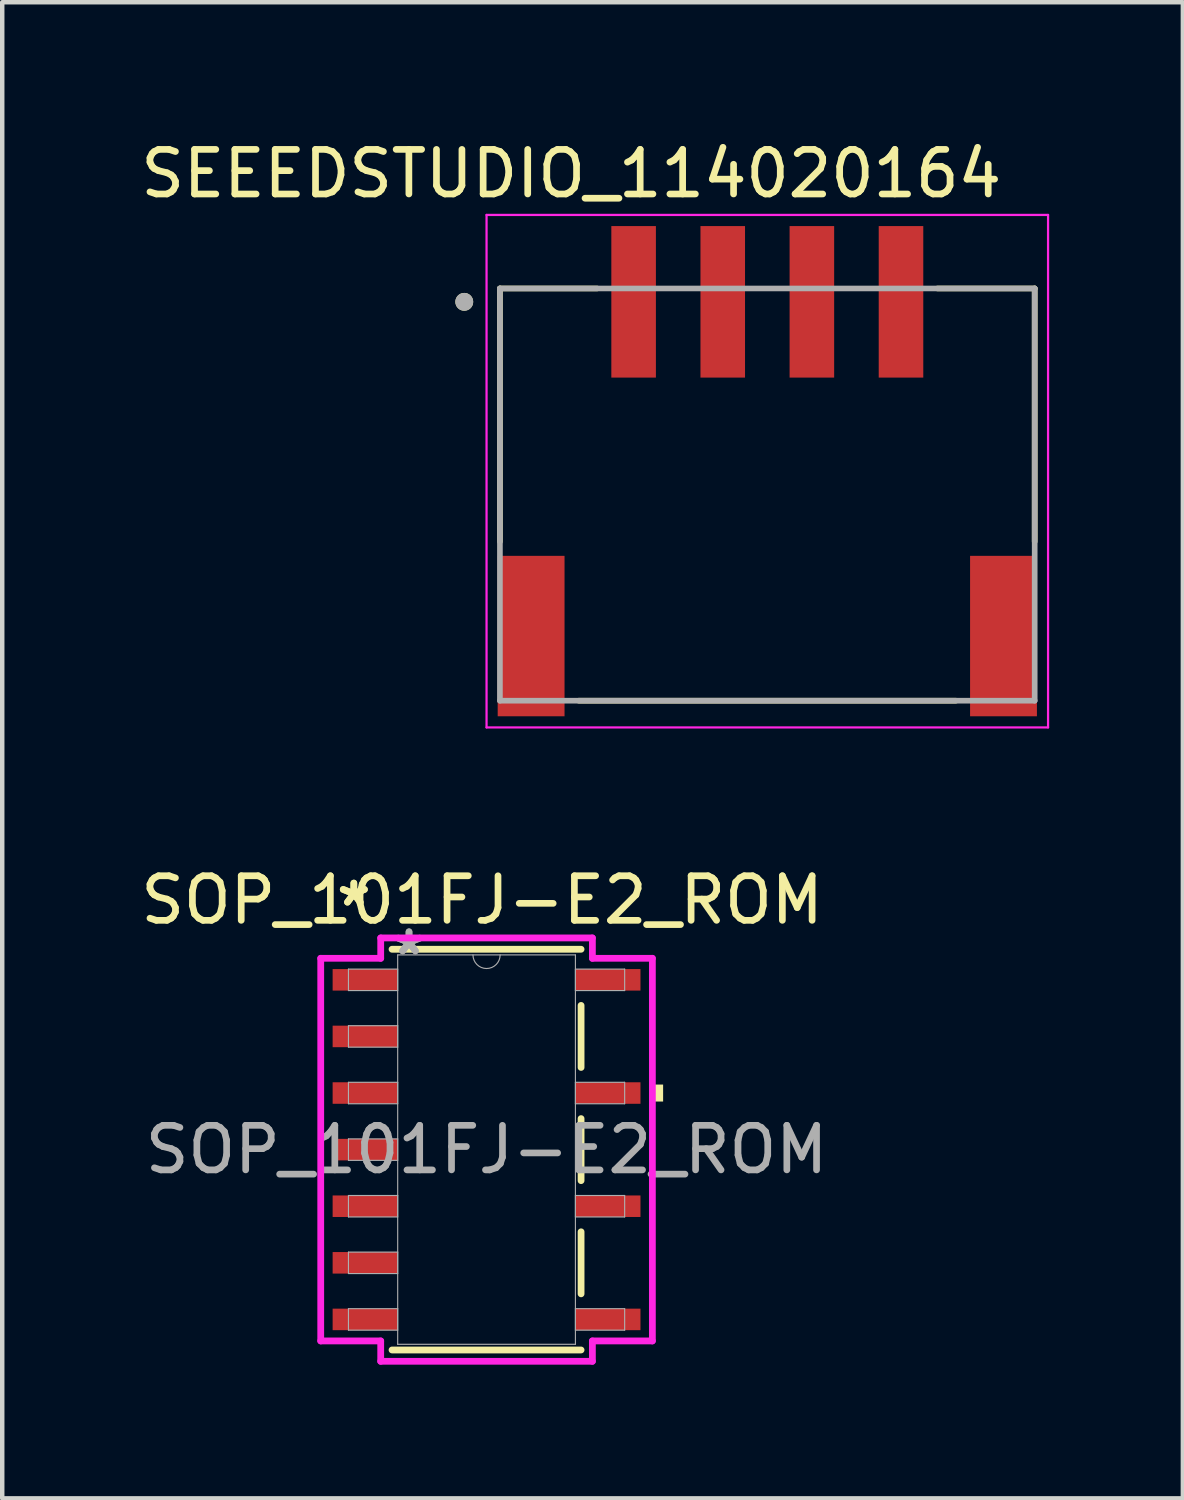
<source format=kicad_pcb>
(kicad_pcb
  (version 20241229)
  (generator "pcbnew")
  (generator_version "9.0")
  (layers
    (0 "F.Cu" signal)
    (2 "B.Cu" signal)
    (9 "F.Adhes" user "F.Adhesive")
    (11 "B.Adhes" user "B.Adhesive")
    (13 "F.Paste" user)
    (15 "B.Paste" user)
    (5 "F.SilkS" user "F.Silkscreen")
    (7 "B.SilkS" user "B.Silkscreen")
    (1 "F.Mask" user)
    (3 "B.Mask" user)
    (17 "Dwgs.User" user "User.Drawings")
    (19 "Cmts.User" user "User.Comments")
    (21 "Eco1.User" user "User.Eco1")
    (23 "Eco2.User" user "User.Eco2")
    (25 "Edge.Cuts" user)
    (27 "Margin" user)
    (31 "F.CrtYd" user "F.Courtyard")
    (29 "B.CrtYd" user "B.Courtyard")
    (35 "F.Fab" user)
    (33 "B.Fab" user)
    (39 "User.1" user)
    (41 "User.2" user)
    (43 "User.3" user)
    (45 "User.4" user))
  (footprint "SEEEDSTUDIO_114020164"
    (layer "F.Cu")
    (at 14.168 8.048)
    (property "Reference" "SEEEDSTUDIO_114020164" (at -4.4 -7.2 0) (layer "F.SilkS") (effects (font (size 1 1) (thickness 0.15))))
    (attr smd)
    (fp_line (start -6 -4.625) (end -3.82 -4.625) (stroke (width 0.127) (type solid)) (layer "F.SilkS"))
    (fp_line (start -6 1.055) (end -6 -4.625) (stroke (width 0.127) (type solid)) (layer "F.SilkS"))
    (fp_line (start -4.23 4.625) (end 4.23 4.625) (stroke (width 0.127) (type solid)) (layer "F.SilkS"))
    (fp_line (start 3.82 -4.625) (end 6 -4.625) (stroke (width 0.127) (type solid)) (layer "F.SilkS"))
    (fp_line (start 6 -4.625) (end 6 1.055) (stroke (width 0.127) (type solid)) (layer "F.SilkS"))
    (fp_circle (center -6.8 -4.325) (end -6.7 -4.325) (stroke (width 0.2) (type solid)) (fill no) (layer "F.SilkS"))
    (fp_line (start -6.3 -6.275) (end -6.3 5.225) (stroke (width 0.05) (type solid)) (layer "F.CrtYd"))
    (fp_line (start -6.3 5.225) (end 6.3 5.225) (stroke (width 0.05) (type solid)) (layer "F.CrtYd"))
    (fp_line (start 6.3 -6.275) (end -6.3 -6.275) (stroke (width 0.05) (type solid)) (layer "F.CrtYd"))
    (fp_line (start 6.3 5.225) (end 6.3 -6.275) (stroke (width 0.05) (type solid)) (layer "F.CrtYd"))
    (fp_line (start -6 -4.625) (end 6 -4.625) (stroke (width 0.127) (type solid)) (layer "F.Fab"))
    (fp_line (start -6 4.625) (end -6 -4.625) (stroke (width 0.127) (type solid)) (layer "F.Fab"))
    (fp_line (start 6 -4.625) (end 6 4.625) (stroke (width 0.127) (type solid)) (layer "F.Fab"))
    (fp_line (start 6 4.625) (end -6 4.625) (stroke (width 0.127) (type solid)) (layer "F.Fab"))
    (fp_circle (center -6.8 -4.325) (end -6.7 -4.325) (stroke (width 0.2) (type solid)) (fill no) (layer "F.Fab"))
    (pad "1" smd rect (at -3 -4.325) (size 1 3.4) (layers "F.Cu" "F.Mask" "F.Paste"))
    (pad "2" smd rect (at -1 -4.325) (size 1 3.4) (layers "F.Cu" "F.Mask" "F.Paste"))
    (pad "3" smd rect (at 1 -4.325) (size 1 3.4) (layers "F.Cu" "F.Mask" "F.Paste"))
    (pad "4" smd rect (at 3 -4.325) (size 1 3.4) (layers "F.Cu" "F.Mask" "F.Paste"))
    (pad "SH1" smd rect (at -5.3 3.175) (size 1.5 3.6) (layers "F.Cu" "F.Mask" "F.Paste"))
    (pad "SH2" smd rect (at 5.3 3.175) (size 1.5 3.6) (layers "F.Cu" "F.Mask" "F.Paste")))
  (footprint "SOP_101FJ-E2_ROM"
    (layer "F.Cu")
    (at 7.868 22.747)
    (property "Reference" "SOP_101FJ-E2_ROM" (at -0.1 -5.6 0) (unlocked yes) (layer "F.SilkS") (effects (font (size 1 1) (thickness 0.15))))
    (attr smd)
    (fp_line (start -2.121 4.496) (end 2.121 4.496) (stroke (width 0.152) (type solid)) (layer "F.SilkS"))
    (fp_line (start 2.121 -4.496) (end -2.121 -4.496) (stroke (width 0.152) (type solid)) (layer "F.SilkS"))
    (fp_line (start 2.121 -1.844) (end 2.121 -3.236) (stroke (width 0.152) (type solid)) (layer "F.SilkS"))
    (fp_line (start 2.121 0.696) (end 2.121 -0.696) (stroke (width 0.152) (type solid)) (layer "F.SilkS"))
    (fp_line (start 2.121 3.236) (end 2.121 1.844) (stroke (width 0.152) (type solid)) (layer "F.SilkS"))
    (fp_poly (pts (xy 3.962 -1.46) (xy 3.962 -1.079) (xy 3.708 -1.079) (xy 3.708 -1.46)) (stroke (width 0) (type solid)) (fill yes) (layer "F.SilkS"))
    (fp_line (start -3.721 -4.293) (end -2.375 -4.293) (stroke (width 0.152) (type solid)) (layer "F.CrtYd"))
    (fp_line (start -3.721 4.293) (end -3.721 -4.293) (stroke (width 0.152) (type solid)) (layer "F.CrtYd"))
    (fp_line (start -2.375 -4.75) (end 2.375 -4.75) (stroke (width 0.152) (type solid)) (layer "F.CrtYd"))
    (fp_line (start -2.375 -4.293) (end -2.375 -4.75) (stroke (width 0.152) (type solid)) (layer "F.CrtYd"))
    (fp_line (start -2.375 4.293) (end -3.721 4.293) (stroke (width 0.152) (type solid)) (layer "F.CrtYd"))
    (fp_line (start -2.375 4.75) (end -2.375 4.293) (stroke (width 0.152) (type solid)) (layer "F.CrtYd"))
    (fp_line (start 2.375 -4.75) (end 2.375 -4.293) (stroke (width 0.152) (type solid)) (layer "F.CrtYd"))
    (fp_line (start 2.375 -4.293) (end 3.721 -4.293) (stroke (width 0.152) (type solid)) (layer "F.CrtYd"))
    (fp_line (start 2.375 4.293) (end 2.375 4.75) (stroke (width 0.152) (type solid)) (layer "F.CrtYd"))
    (fp_line (start 2.375 4.75) (end -2.375 4.75) (stroke (width 0.152) (type solid)) (layer "F.CrtYd"))
    (fp_line (start 3.721 -4.293) (end 3.721 4.293) (stroke (width 0.152) (type solid)) (layer "F.CrtYd"))
    (fp_line (start 3.721 4.293) (end 2.375 4.293) (stroke (width 0.152) (type solid)) (layer "F.CrtYd"))
    (fp_line (start -3.099 -4.051) (end -3.099 -3.569) (stroke (width 0.025) (type solid)) (layer "F.Fab"))
    (fp_line (start -3.099 -3.569) (end -1.994 -3.569) (stroke (width 0.025) (type solid)) (layer "F.Fab"))
    (fp_line (start -3.099 -2.781) (end -3.099 -2.299) (stroke (width 0.025) (type solid)) (layer "F.Fab"))
    (fp_line (start -3.099 -2.299) (end -1.994 -2.299) (stroke (width 0.025) (type solid)) (layer "F.Fab"))
    (fp_line (start -3.099 -1.511) (end -3.099 -1.029) (stroke (width 0.025) (type solid)) (layer "F.Fab"))
    (fp_line (start -3.099 -1.029) (end -1.994 -1.029) (stroke (width 0.025) (type solid)) (layer "F.Fab"))
    (fp_line (start -3.099 -0.241) (end -3.099 0.241) (stroke (width 0.025) (type solid)) (layer "F.Fab"))
    (fp_line (start -3.099 0.241) (end -1.994 0.241) (stroke (width 0.025) (type solid)) (layer "F.Fab"))
    (fp_line (start -3.099 1.029) (end -3.099 1.511) (stroke (width 0.025) (type solid)) (layer "F.Fab"))
    (fp_line (start -3.099 1.511) (end -1.994 1.511) (stroke (width 0.025) (type solid)) (layer "F.Fab"))
    (fp_line (start -3.099 2.299) (end -3.099 2.781) (stroke (width 0.025) (type solid)) (layer "F.Fab"))
    (fp_line (start -3.099 2.781) (end -1.994 2.781) (stroke (width 0.025) (type solid)) (layer "F.Fab"))
    (fp_line (start -3.099 3.569) (end -3.099 4.051) (stroke (width 0.025) (type solid)) (layer "F.Fab"))
    (fp_line (start -3.099 4.051) (end -1.994 4.051) (stroke (width 0.025) (type solid)) (layer "F.Fab"))
    (fp_line (start -1.994 -4.369) (end -1.994 4.369) (stroke (width 0.025) (type solid)) (layer "F.Fab"))
    (fp_line (start -1.994 -4.051) (end -3.099 -4.051) (stroke (width 0.025) (type solid)) (layer "F.Fab"))
    (fp_line (start -1.994 -3.569) (end -1.994 -4.051) (stroke (width 0.025) (type solid)) (layer "F.Fab"))
    (fp_line (start -1.994 -2.781) (end -3.099 -2.781) (stroke (width 0.025) (type solid)) (layer "F.Fab"))
    (fp_line (start -1.994 -2.299) (end -1.994 -2.781) (stroke (width 0.025) (type solid)) (layer "F.Fab"))
    (fp_line (start -1.994 -1.511) (end -3.099 -1.511) (stroke (width 0.025) (type solid)) (layer "F.Fab"))
    (fp_line (start -1.994 -1.029) (end -1.994 -1.511) (stroke (width 0.025) (type solid)) (layer "F.Fab"))
    (fp_line (start -1.994 -0.241) (end -3.099 -0.241) (stroke (width 0.025) (type solid)) (layer "F.Fab"))
    (fp_line (start -1.994 0.241) (end -1.994 -0.241) (stroke (width 0.025) (type solid)) (layer "F.Fab"))
    (fp_line (start -1.994 1.029) (end -3.099 1.029) (stroke (width 0.025) (type solid)) (layer "F.Fab"))
    (fp_line (start -1.994 1.511) (end -1.994 1.029) (stroke (width 0.025) (type solid)) (layer "F.Fab"))
    (fp_line (start -1.994 2.299) (end -3.099 2.299) (stroke (width 0.025) (type solid)) (layer "F.Fab"))
    (fp_line (start -1.994 2.781) (end -1.994 2.299) (stroke (width 0.025) (type solid)) (layer "F.Fab"))
    (fp_line (start -1.994 3.569) (end -3.099 3.569) (stroke (width 0.025) (type solid)) (layer "F.Fab"))
    (fp_line (start -1.994 4.051) (end -1.994 3.569) (stroke (width 0.025) (type solid)) (layer "F.Fab"))
    (fp_line (start -1.994 4.369) (end 1.994 4.369) (stroke (width 0.025) (type solid)) (layer "F.Fab"))
    (fp_line (start 1.994 -4.369) (end -1.994 -4.369) (stroke (width 0.025) (type solid)) (layer "F.Fab"))
    (fp_line (start 1.994 -4.051) (end 1.994 -3.569) (stroke (width 0.025) (type solid)) (layer "F.Fab"))
    (fp_line (start 1.994 -3.569) (end 3.099 -3.569) (stroke (width 0.025) (type solid)) (layer "F.Fab"))
    (fp_line (start 1.994 -1.511) (end 1.994 -1.029) (stroke (width 0.025) (type solid)) (layer "F.Fab"))
    (fp_line (start 1.994 -1.029) (end 3.099 -1.029) (stroke (width 0.025) (type solid)) (layer "F.Fab"))
    (fp_line (start 1.994 1.029) (end 1.994 1.511) (stroke (width 0.025) (type solid)) (layer "F.Fab"))
    (fp_line (start 1.994 1.511) (end 3.099 1.511) (stroke (width 0.025) (type solid)) (layer "F.Fab"))
    (fp_line (start 1.994 3.569) (end 1.994 4.051) (stroke (width 0.025) (type solid)) (layer "F.Fab"))
    (fp_line (start 1.994 4.051) (end 3.099 4.051) (stroke (width 0.025) (type solid)) (layer "F.Fab"))
    (fp_line (start 1.994 4.369) (end 1.994 -4.369) (stroke (width 0.025) (type solid)) (layer "F.Fab"))
    (fp_line (start 3.099 -4.051) (end 1.994 -4.051) (stroke (width 0.025) (type solid)) (layer "F.Fab"))
    (fp_line (start 3.099 -3.569) (end 3.099 -4.051) (stroke (width 0.025) (type solid)) (layer "F.Fab"))
    (fp_line (start 3.099 -1.511) (end 1.994 -1.511) (stroke (width 0.025) (type solid)) (layer "F.Fab"))
    (fp_line (start 3.099 -1.029) (end 3.099 -1.511) (stroke (width 0.025) (type solid)) (layer "F.Fab"))
    (fp_line (start 3.099 1.029) (end 1.994 1.029) (stroke (width 0.025) (type solid)) (layer "F.Fab"))
    (fp_line (start 3.099 1.511) (end 3.099 1.029) (stroke (width 0.025) (type solid)) (layer "F.Fab"))
    (fp_line (start 3.099 3.569) (end 1.994 3.569) (stroke (width 0.025) (type solid)) (layer "F.Fab"))
    (fp_line (start 3.099 4.051) (end 3.099 3.569) (stroke (width 0.025) (type solid)) (layer "F.Fab"))
    (fp_arc (start 0.3048 -4.3688) (mid 0 -4.064) (end -0.3048 -4.3688) (stroke (width 0.0254) (type solid)) (layer "F.Fab"))
    (fp_text user "*" (at -2.978 -5.436 0) (layer "F.SilkS") (effects (font (size 1 1) (thickness 0.15))))
    (fp_text user "*" (at -2.978 -5.436 0) (unlocked yes) (layer "F.SilkS") (effects (font (size 1 1) (thickness 0.15))))
    (fp_text user "*" (at -1.74 -4.343 0) (unlocked yes) (layer "F.Fab") (effects (font (size 1 1) (thickness 0.15))))
    (fp_text user "${REFERENCE}" (at 0 0 0) (unlocked yes) (layer "F.Fab") (effects (font (size 1 1) (thickness 0.15))))
    (fp_text user "*" (at -1.74 -4.343 0) (layer "F.Fab") (effects (font (size 1 1) (thickness 0.15))))
    (pad "1" smd rect (at -2.724 -3.81) (size 1.46 0.483) (layers "F.Cu" "F.Mask" "F.Paste"))
    (pad "2" smd rect (at -2.724 -2.54) (size 1.46 0.483) (layers "F.Cu" "F.Mask" "F.Paste"))
    (pad "3" smd rect (at -2.724 -1.27) (size 1.46 0.483) (layers "F.Cu" "F.Mask" "F.Paste"))
    (pad "4" smd rect (at -2.724 0) (size 1.46 0.483) (layers "F.Cu" "F.Mask" "F.Paste"))
    (pad "5" smd rect (at -2.724 1.27) (size 1.46 0.483) (layers "F.Cu" "F.Mask" "F.Paste"))
    (pad "6" smd rect (at -2.724 2.54) (size 1.46 0.483) (layers "F.Cu" "F.Mask" "F.Paste"))
    (pad "7" smd rect (at -2.724 3.81) (size 1.46 0.483) (layers "F.Cu" "F.Mask" "F.Paste"))
    (pad "8" smd rect (at 2.724 3.81) (size 1.46 0.483) (layers "F.Cu" "F.Mask" "F.Paste"))
    (pad "9" smd rect (at 2.724 1.27) (size 1.46 0.483) (layers "F.Cu" "F.Mask" "F.Paste"))
    (pad "10" smd rect (at 2.724 -1.27) (size 1.46 0.483) (layers "F.Cu" "F.Mask" "F.Paste"))
    (pad "11" smd rect (at 2.724 -3.81) (size 1.46 0.483) (layers "F.Cu" "F.Mask" "F.Paste")))
  (gr_rect
    (start -3 -3)
    (end 23.493 30.573)
    (stroke (width 0.1) (type default))
    (fill no)
    (layer "Edge.Cuts")))
</source>
